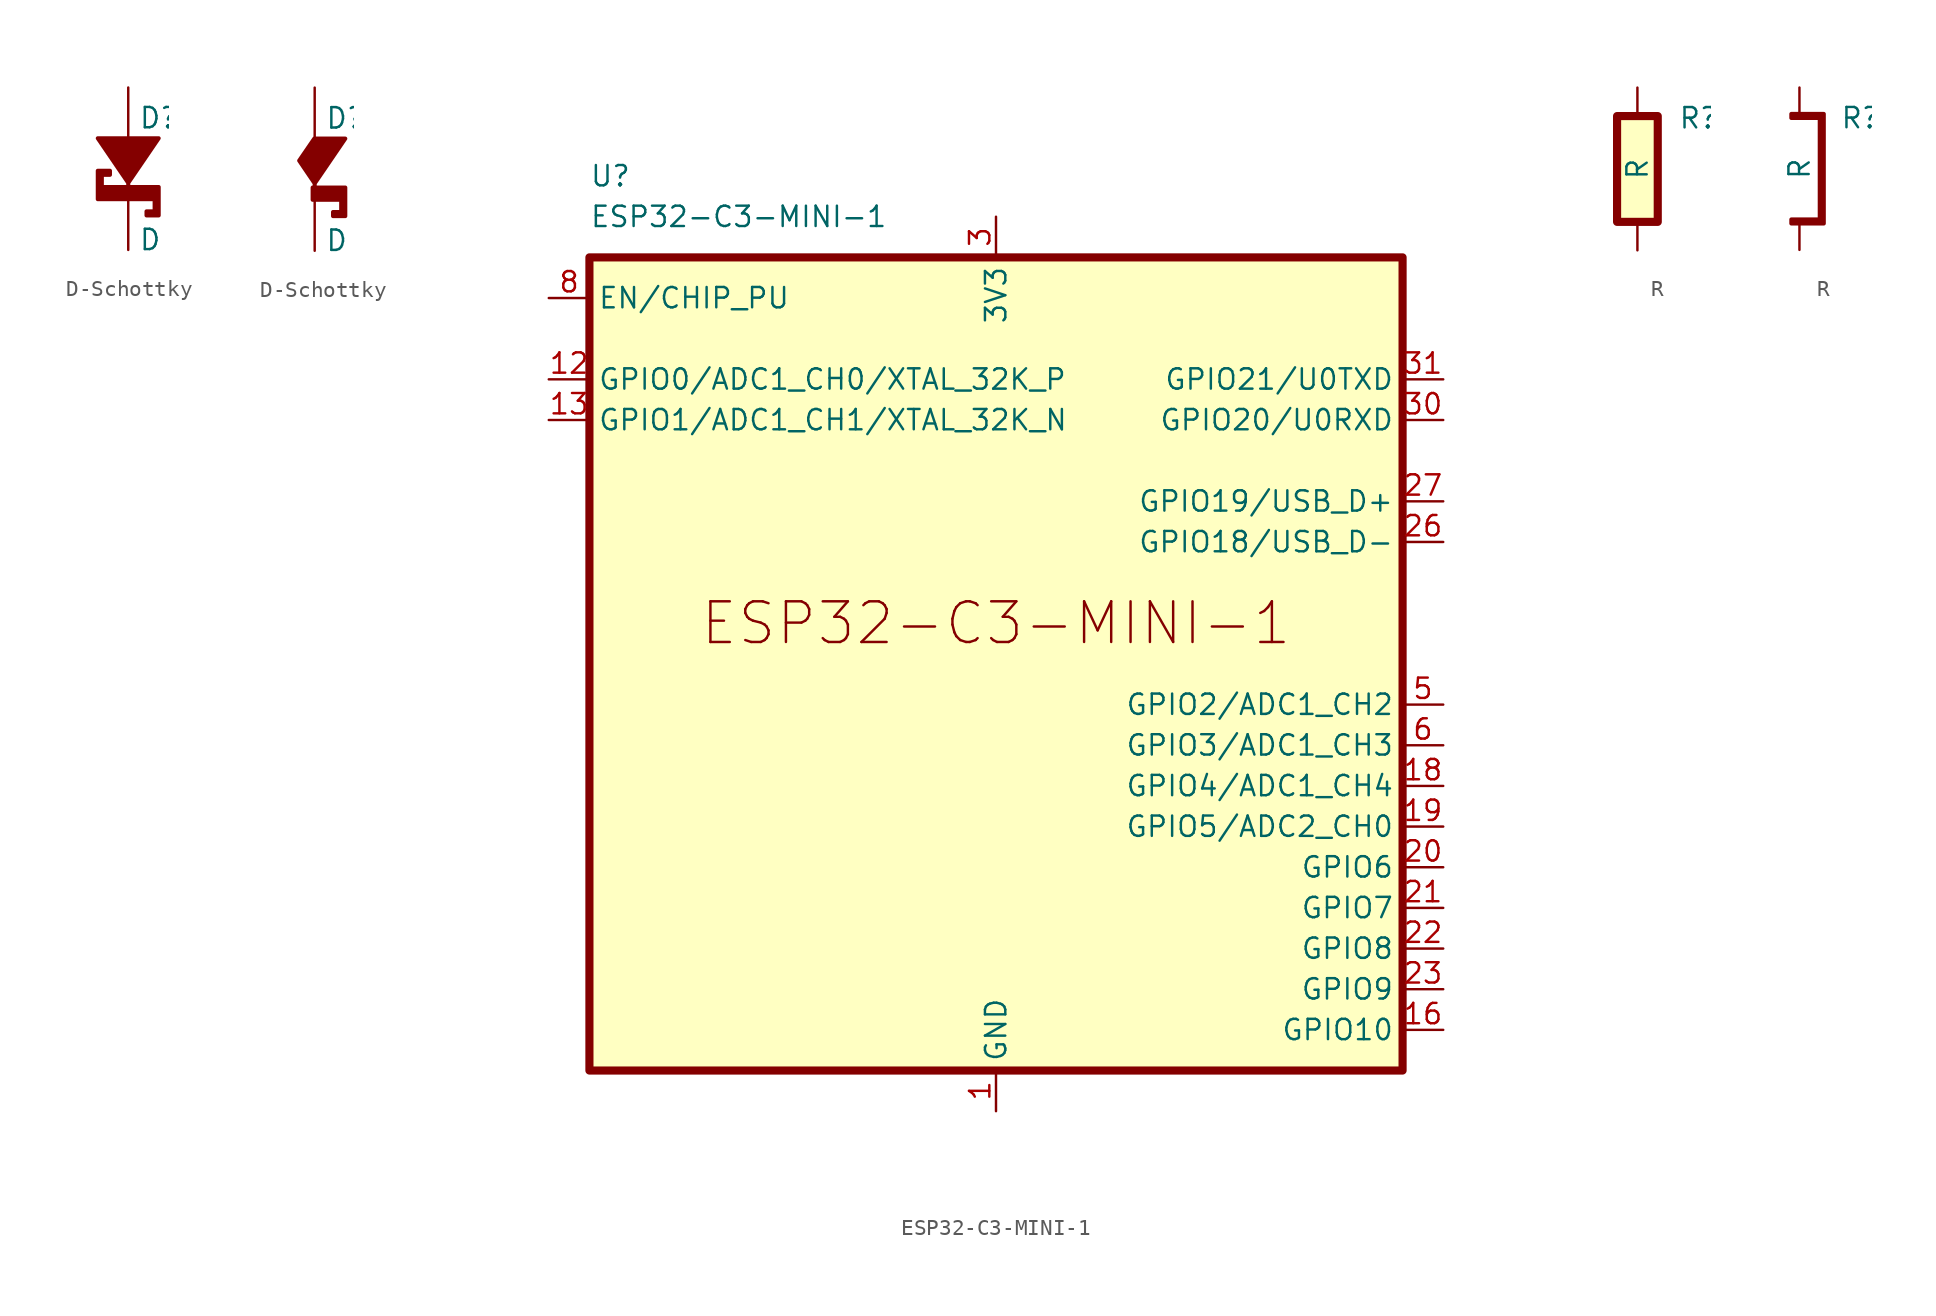
<source format=kicad_sym>
(kicad_symbol_lib
  (version 20241209)
  (generator "kicad_symbol_editor")
  (generator_version "9.0")
  (symbol "D-Schottky"
    (pin_numbers
      (hide yes))
    (pin_names
      (offset 0)
      (hide yes))
    (property "Reference" "D"
      (at 0.635 3.175 0)
      (effects (font (size 1.27 1.27)) (justify left)))
    (property "Value" "D"
      (at 0.635 -4.445 0)
      (effects (font (size 1.27 1.27)) (justify left)))
    (symbol "D-Schottky_1_0"
      (pin passive line (at 0 5.08 270) (length 3.175) (name "A+" (effects (font (size 1.27 1.27)))) (number "2" (effects (font (size 1.27 1.27)))))
      (pin passive line (at 0 -5.08 90) (length 3.175) (name "K-" (effects (font (size 1.27 1.27)))) (number "1" (effects (font (size 1.27 1.27))))))
    (symbol "D-Schottky_1_1"
      (polyline (pts (xy -1.905 -1.905) (xy 1.651 -1.905) (xy 1.651 -2.667) (xy 1.143 -2.667) (xy 1.143 -2.921) (xy 1.905 -2.921) (xy 1.905 -1.143) (xy 0 -1.143) (xy 0 -0.889) (xy 1.905 1.905) (xy -1.905 1.905) (xy 0 -0.889) (xy 0 -1.143) (xy -1.651 -1.143) (xy -1.651 -0.381) (xy -1.143 -0.381) (xy -1.143 -0.127) (xy -1.905 -0.127) (xy -1.905 -1.905)) (stroke (width 0.254) (type default)) (fill (type outline))))
    (symbol "D-Schottky_1_2"
      (polyline (pts (xy -0.127 -1.905) (xy 1.651 -1.905) (xy 1.651 -2.667) (xy 1.143 -2.667) (xy 1.143 -2.921) (xy 1.905 -2.921) (xy 1.905 -1.143) (xy 0 -1.143) (xy 0 -0.889) (xy 1.905 1.905) (xy -0.025 1.905) (xy -0.965 0.533) (xy 0 -0.889) (xy 0 -1.143) (xy -0.127 -1.143) (xy -0.127 -1.905)) (stroke (width 0.254) (type default)) (fill (type outline)))))
  (symbol "ESP32-C3-MINI-1"
    (property "Reference" "U"
      (at -25.4 30.48 0)
      (effects (font (size 1.27 1.27)) (justify left)))
    (property "Value" "ESP32-C3-MINI-1"
      (at -25.4 27.94 0)
      (effects (font (size 1.27 1.27)) (justify left)))
    (symbol "ESP32-C3-MINI-1_0_0"
      (text "ESP32-C3-MINI-1" (at 0 2.54 0) (effects (font (size 2.54 2.54)))))
    (symbol "ESP32-C3-MINI-1_1_1"
      (rectangle (start -25.4 25.4) (end 25.4 -25.4) (stroke (width 0.508) (type solid)) (fill (type background)))
      (pin input line (at -27.94 22.86 0) (length 2.54) (name "EN/CHIP_PU" (effects (font (size 1.27 1.27)))) (number "8" (effects (font (size 1.27 1.27)))))
      (pin bidirectional line (at -27.94 17.78 0) (length 2.54) (name "GPIO0/ADC1_CH0/XTAL_32K_P" (effects (font (size 1.27 1.27)))) (number "12" (effects (font (size 1.27 1.27)))))
      (pin bidirectional line (at -27.94 15.24 0) (length 2.54) (name "GPIO1/ADC1_CH1/XTAL_32K_N" (effects (font (size 1.27 1.27)))) (number "13" (effects (font (size 1.27 1.27)))))
      (pin no_connect line (at -25.4 10.16 0) (length 2.54) (hide yes) (name "NC" (effects (font (size 1.27 1.27)))) (number "4" (effects (font (size 1.27 1.27)))))
      (pin no_connect line (at -25.4 7.62 0) (length 2.54) (hide yes) (name "NC" (effects (font (size 1.27 1.27)))) (number "7" (effects (font (size 1.27 1.27)))))
      (pin no_connect line (at -25.4 5.08 0) (length 2.54) (hide yes) (name "NC" (effects (font (size 1.27 1.27)))) (number "9" (effects (font (size 1.27 1.27)))))
      (pin no_connect line (at -25.4 2.54 0) (length 2.54) (hide yes) (name "NC" (effects (font (size 1.27 1.27)))) (number "10" (effects (font (size 1.27 1.27)))))
      (pin no_connect line (at -25.4 0 0) (length 2.54) (hide yes) (name "NC" (effects (font (size 1.27 1.27)))) (number "15" (effects (font (size 1.27 1.27)))))
      (pin no_connect line (at -25.4 -2.54 0) (length 2.54) (hide yes) (name "NC" (effects (font (size 1.27 1.27)))) (number "17" (effects (font (size 1.27 1.27)))))
      (pin no_connect line (at -25.4 -5.08 0) (length 2.54) (hide yes) (name "NC" (effects (font (size 1.27 1.27)))) (number "24" (effects (font (size 1.27 1.27)))))
      (pin no_connect line (at -25.4 -7.62 0) (length 2.54) (hide yes) (name "NC" (effects (font (size 1.27 1.27)))) (number "25" (effects (font (size 1.27 1.27)))))
      (pin no_connect line (at -25.4 -10.16 0) (length 2.54) (hide yes) (name "NC" (effects (font (size 1.27 1.27)))) (number "28" (effects (font (size 1.27 1.27)))))
      (pin no_connect line (at -25.4 -12.7 0) (length 2.54) (hide yes) (name "NC" (effects (font (size 1.27 1.27)))) (number "29" (effects (font (size 1.27 1.27)))))
      (pin no_connect line (at -25.4 -15.24 0) (length 2.54) (hide yes) (name "NC" (effects (font (size 1.27 1.27)))) (number "32" (effects (font (size 1.27 1.27)))))
      (pin no_connect line (at -25.4 -17.78 0) (length 2.54) (hide yes) (name "NC" (effects (font (size 1.27 1.27)))) (number "33" (effects (font (size 1.27 1.27)))))
      (pin no_connect line (at -25.4 -20.32 0) (length 2.54) (hide yes) (name "NC" (effects (font (size 1.27 1.27)))) (number "34" (effects (font (size 1.27 1.27)))))
      (pin no_connect line (at -25.4 -22.86 0) (length 2.54) (hide yes) (name "NC" (effects (font (size 1.27 1.27)))) (number "35" (effects (font (size 1.27 1.27)))))
      (pin power_in line (at 0 27.94 270) (length 2.54) (name "3V3" (effects (font (size 1.27 1.27)))) (number "3" (effects (font (size 1.27 1.27)))))
      (pin power_in line (at 0 -27.94 90) (length 2.54) (name "GND" (effects (font (size 1.27 1.27)))) (number "1" (effects (font (size 1.27 1.27)))))
      (pin passive line (at 0 -27.94 90) (length 2.54) (hide yes) (name "GND" (effects (font (size 1.27 1.27)))) (number "11" (effects (font (size 1.27 1.27)))))
      (pin passive line (at 0 -27.94 90) (length 2.54) (hide yes) (name "GND" (effects (font (size 1.27 1.27)))) (number "14" (effects (font (size 1.27 1.27)))))
      (pin passive line (at 0 -27.94 90) (length 2.54) (hide yes) (name "GND" (effects (font (size 1.27 1.27)))) (number "2" (effects (font (size 1.27 1.27)))))
      (pin passive line (at 0 -27.94 90) (length 2.54) (hide yes) (name "GND" (effects (font (size 1.27 1.27)))) (number "36" (effects (font (size 1.27 1.27)))))
      (pin passive line (at 0 -27.94 90) (length 2.54) (hide yes) (name "GND" (effects (font (size 1.27 1.27)))) (number "37" (effects (font (size 1.27 1.27)))))
      (pin passive line (at 0 -27.94 90) (length 2.54) (hide yes) (name "GND" (effects (font (size 1.27 1.27)))) (number "38" (effects (font (size 1.27 1.27)))))
      (pin passive line (at 0 -27.94 90) (length 2.54) (hide yes) (name "GND" (effects (font (size 1.27 1.27)))) (number "39" (effects (font (size 1.27 1.27)))))
      (pin passive line (at 0 -27.94 90) (length 2.54) (hide yes) (name "GND" (effects (font (size 1.27 1.27)))) (number "40" (effects (font (size 1.27 1.27)))))
      (pin passive line (at 0 -27.94 90) (length 2.54) (hide yes) (name "GND" (effects (font (size 1.27 1.27)))) (number "41" (effects (font (size 1.27 1.27)))))
      (pin passive line (at 0 -27.94 90) (length 2.54) (hide yes) (name "GND" (effects (font (size 1.27 1.27)))) (number "42" (effects (font (size 1.27 1.27)))))
      (pin passive line (at 0 -27.94 90) (length 2.54) (hide yes) (name "GND" (effects (font (size 1.27 1.27)))) (number "43" (effects (font (size 1.27 1.27)))))
      (pin passive line (at 0 -27.94 90) (length 2.54) (hide yes) (name "GND" (effects (font (size 1.27 1.27)))) (number "44" (effects (font (size 1.27 1.27)))))
      (pin passive line (at 0 -27.94 90) (length 2.54) (hide yes) (name "GND" (effects (font (size 1.27 1.27)))) (number "45" (effects (font (size 1.27 1.27)))))
      (pin passive line (at 0 -27.94 90) (length 2.54) (hide yes) (name "GND" (effects (font (size 1.27 1.27)))) (number "46" (effects (font (size 1.27 1.27)))))
      (pin passive line (at 0 -27.94 90) (length 2.54) (hide yes) (name "GND" (effects (font (size 1.27 1.27)))) (number "47" (effects (font (size 1.27 1.27)))))
      (pin passive line (at 0 -27.94 90) (length 2.54) (hide yes) (name "GND" (effects (font (size 1.27 1.27)))) (number "48" (effects (font (size 1.27 1.27)))))
      (pin passive line (at 0 -27.94 90) (length 2.54) (hide yes) (name "GND" (effects (font (size 1.27 1.27)))) (number "49" (effects (font (size 1.27 1.27)))))
      (pin passive line (at 0 -27.94 90) (length 2.54) (hide yes) (name "GND" (effects (font (size 1.27 1.27)))) (number "50" (effects (font (size 1.27 1.27)))))
      (pin passive line (at 0 -27.94 90) (length 2.54) (hide yes) (name "GND" (effects (font (size 1.27 1.27)))) (number "51" (effects (font (size 1.27 1.27)))))
      (pin passive line (at 0 -27.94 90) (length 2.54) (hide yes) (name "GND" (effects (font (size 1.27 1.27)))) (number "52" (effects (font (size 1.27 1.27)))))
      (pin passive line (at 0 -27.94 90) (length 2.54) (hide yes) (name "GND" (effects (font (size 1.27 1.27)))) (number "53" (effects (font (size 1.27 1.27)))))
      (pin bidirectional line (at 27.94 17.78 180) (length 2.54) (name "GPIO21/U0TXD" (effects (font (size 1.27 1.27)))) (number "31" (effects (font (size 1.27 1.27)))))
      (pin bidirectional line (at 27.94 15.24 180) (length 2.54) (name "GPIO20/U0RXD" (effects (font (size 1.27 1.27)))) (number "30" (effects (font (size 1.27 1.27)))))
      (pin bidirectional line (at 27.94 10.16 180) (length 2.54) (name "GPIO19/USB_D+" (effects (font (size 1.27 1.27)))) (number "27" (effects (font (size 1.27 1.27)))))
      (pin bidirectional line (at 27.94 7.62 180) (length 2.54) (name "GPIO18/USB_D-" (effects (font (size 1.27 1.27)))) (number "26" (effects (font (size 1.27 1.27)))))
      (pin bidirectional line (at 27.94 -2.54 180) (length 2.54) (name "GPIO2/ADC1_CH2" (effects (font (size 1.27 1.27)))) (number "5" (effects (font (size 1.27 1.27)))))
      (pin bidirectional line (at 27.94 -5.08 180) (length 2.54) (name "GPIO3/ADC1_CH3" (effects (font (size 1.27 1.27)))) (number "6" (effects (font (size 1.27 1.27)))))
      (pin bidirectional line (at 27.94 -7.62 180) (length 2.54) (name "GPIO4/ADC1_CH4" (effects (font (size 1.27 1.27)))) (number "18" (effects (font (size 1.27 1.27)))))
      (pin bidirectional line (at 27.94 -10.16 180) (length 2.54) (name "GPIO5/ADC2_CH0" (effects (font (size 1.27 1.27)))) (number "19" (effects (font (size 1.27 1.27)))))
      (pin bidirectional line (at 27.94 -12.7 180) (length 2.54) (name "GPIO6" (effects (font (size 1.27 1.27)))) (number "20" (effects (font (size 1.27 1.27)))))
      (pin bidirectional line (at 27.94 -15.24 180) (length 2.54) (name "GPIO7" (effects (font (size 1.27 1.27)))) (number "21" (effects (font (size 1.27 1.27)))))
      (pin bidirectional line (at 27.94 -17.78 180) (length 2.54) (name "GPIO8" (effects (font (size 1.27 1.27)))) (number "22" (effects (font (size 1.27 1.27)))))
      (pin bidirectional line (at 27.94 -20.32 180) (length 2.54) (name "GPIO9" (effects (font (size 1.27 1.27)))) (number "23" (effects (font (size 1.27 1.27)))))
      (pin bidirectional line (at 27.94 -22.86 180) (length 2.54) (name "GPIO10" (effects (font (size 1.27 1.27)))) (number "16" (effects (font (size 1.27 1.27)))))))
  (symbol "R"
    (pin_numbers
      (hide yes))
    (pin_names
      (offset 0)
      (hide yes))
    (property "Reference" "R"
      (at 2.54 3.175 0)
      (effects (font (size 1.27 1.27)) (justify left)))
    (property "Value" "R"
      (at 0 0 90)
      (effects (font (size 1.27 1.27))))
    (symbol "R_1_1"
      (rectangle (start -1.27 3.302) (end 1.27 -3.302) (stroke (width 0.508) (type solid)) (fill (type background)))
      (pin passive line (at 0 5.08 270) (length 1.651) (name "+" (effects (font (size 1.27 1.27)))) (number "1" (effects (font (size 1.27 1.27)))))
      (pin passive line (at 0 -5.08 90) (length 1.651) (name "-" (effects (font (size 1.27 1.27)))) (number "2" (effects (font (size 1.27 1.27))))))
    (symbol "R_1_2"
      (polyline (pts (xy -0.508 -3.429) (xy 1.524 -3.429) (xy 1.524 3.429) (xy -0.508 3.429) (xy -0.508 3.175) (xy 1.27 3.175) (xy 1.27 -3.175) (xy -0.508 -3.175) (xy -0.508 -3.429)) (stroke (width 0.254) (type default)) (fill (type outline)))
      (pin passive line (at 0 5.08 270) (length 1.651) (name "+" (effects (font (size 1.27 1.27)))) (number "1" (effects (font (size 1.27 1.27)))))
      (pin passive line (at 0 -5.08 90) (length 1.651) (name "-" (effects (font (size 1.27 1.27)))) (number "2" (effects (font (size 1.27 1.27))))))
    (symbol "R_1_3"
      (polyline (pts (xy 0 3.48) (xy 0 3.2) (xy 0.711 2.794) (xy -1.194 1.676) (xy 0.711 0.559) (xy -1.194 -0.559) (xy 0.711 -1.676) (xy -1.194 -2.794) (xy 0 -3.48) (xy 0 -3.2) (xy -0.711 -2.794) (xy 1.194 -1.676) (xy -0.711 -0.559) (xy 1.194 0.559) (xy -0.711 1.676) (xy 1.194 2.794) (xy 0 3.48)) (stroke (width 0.254) (type default)) (fill (type outline)))
      (pin passive line (at 0 5.08 270) (length 1.6) (name "+" (effects (font (size 1.27 1.27)))) (number "1" (effects (font (size 1.27 1.27)))))
      (pin passive line (at 0 -5.08 90) (length 1.6) (name "-" (effects (font (size 1.27 1.27)))) (number "2" (effects (font (size 1.27 1.27))))))
    (symbol "R_1_4"
      (polyline (pts (xy 0 4.547) (xy 0 4.267) (xy 0.051 4.242) (xy 1.016 3.683) (xy -1.524 2.21) (xy 1.016 0.737) (xy -1.524 -0.737) (xy 1.016 -2.21) (xy -1.524 -3.683) (xy -0.076 -4.521) (xy 0 -4.547) (xy 0 -4.267) (xy -0.051 -4.242) (xy -1.016 -3.683) (xy 1.524 -2.21) (xy -1.016 -0.737) (xy 1.524 0.737) (xy -1.016 2.21) (xy 1.524 3.683) (xy 0.076 4.521) (xy 0 4.547)) (stroke (width 0.254) (type default)) (fill (type outline)))
      (pin passive line (at 0 5.08 270) (length 0.533) (name "+" (effects (font (size 1.27 1.27)))) (number "1" (effects (font (size 1.27 1.27)))))
      (pin passive line (at 0 -5.08 90) (length 0.533) (name "-" (effects (font (size 1.27 1.27)))) (number "2" (effects (font (size 1.27 1.27))))))))
</source>
